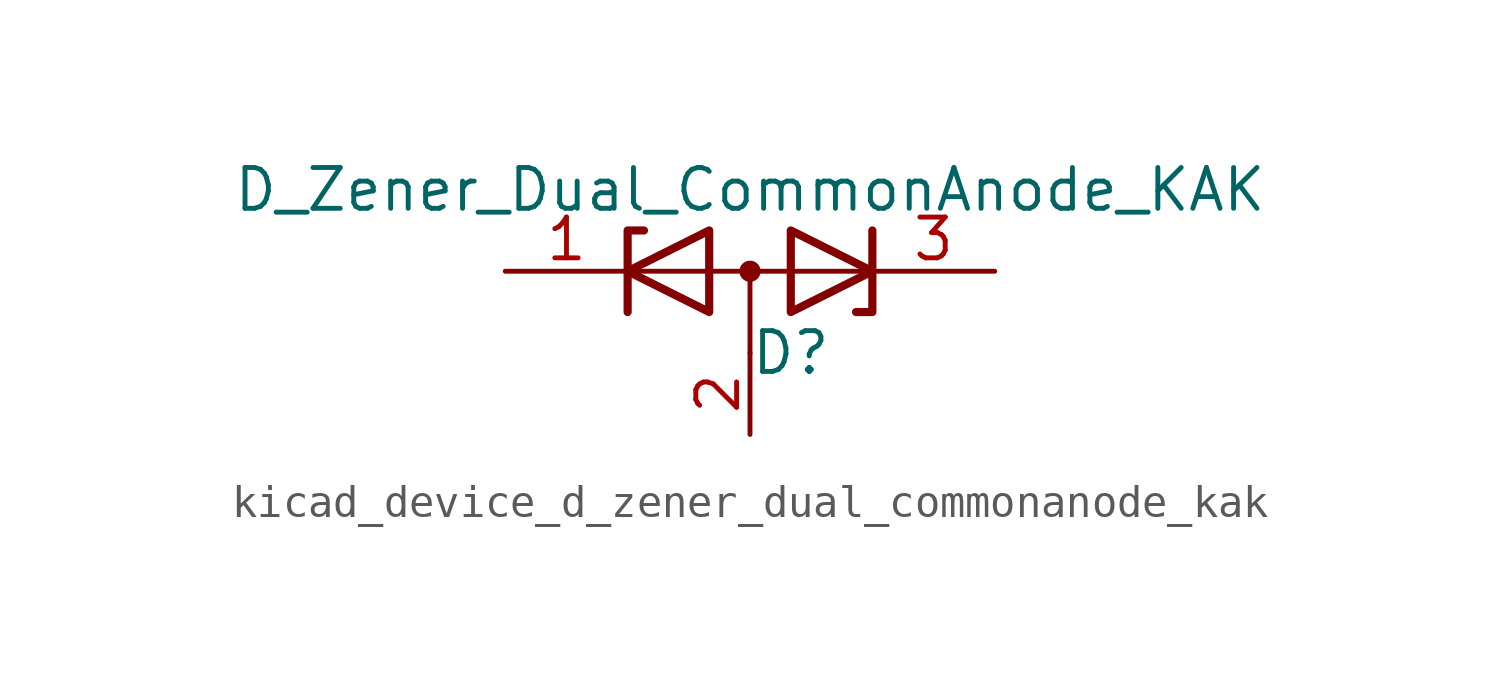
<source format=kicad_sym>
(kicad_symbol_lib
  (version 20220914)
  (generator kicad_symbol_editor)
  (symbol "kicad_device_d_zener_dual_commonanode_kak"
    (pin_names
      (offset 0.762) hide)
    (property "Reference" "D"
      (at 1.27 -2.54 0)
      (effects (font (size 1.27 1.27))))
    (property "Value" "D_Zener_Dual_CommonAnode_KAK"
      (at 0 2.54 0)
      (effects (font (size 1.27 1.27))))
    (symbol "kicad_device_d_zener_dual_commonanode_kak_0_1"
      (polyline (pts (xy -3.556 0) (xy 3.81 0)) (stroke (width 0) (type default)) (fill (type none)))
      (polyline (pts (xy 0 0) (xy 0 -2.54)) (stroke (width 0) (type default)) (fill (type none)))
      (polyline (pts (xy -3.81 -1.27) (xy -3.81 1.27) (xy -3.302 1.27)) (stroke (width 0.254) (type default)) (fill (type none)))
      (polyline (pts (xy 3.302 -1.27) (xy 3.81 -1.27) (xy 3.81 1.27)) (stroke (width 0.254) (type default)) (fill (type none)))
      (polyline (pts (xy -1.27 -1.27) (xy -3.81 0) (xy -1.27 1.27) (xy -1.27 -1.27) (xy -1.27 -1.27) (xy -1.27 -1.27)) (stroke (width 0.254) (type default)) (fill (type none)))
      (polyline (pts (xy 1.27 1.27) (xy 3.81 0) (xy 1.27 -1.27) (xy 1.27 1.27) (xy 1.27 1.27) (xy 1.27 1.27)) (stroke (width 0.254) (type default)) (fill (type none)))
      (circle (center 0 0) (radius 0.254) (stroke (width 0) (type default)) (fill (type outline)))
      (pin passive line (at -7.62 0 0) (length 3.81) (name "K" (effects (font (size 1.27 1.27)))) (number "1" (effects (font (size 1.27 1.27)))))
      (pin passive line (at 0 -5.08 90) (length 2.54) (name "A" (effects (font (size 1.27 1.27)))) (number "2" (effects (font (size 1.27 1.27)))))
      (pin passive line (at 7.62 0 180) (length 3.81) (name "K" (effects (font (size 1.27 1.27)))) (number "3" (effects (font (size 1.27 1.27))))))))
</source>
